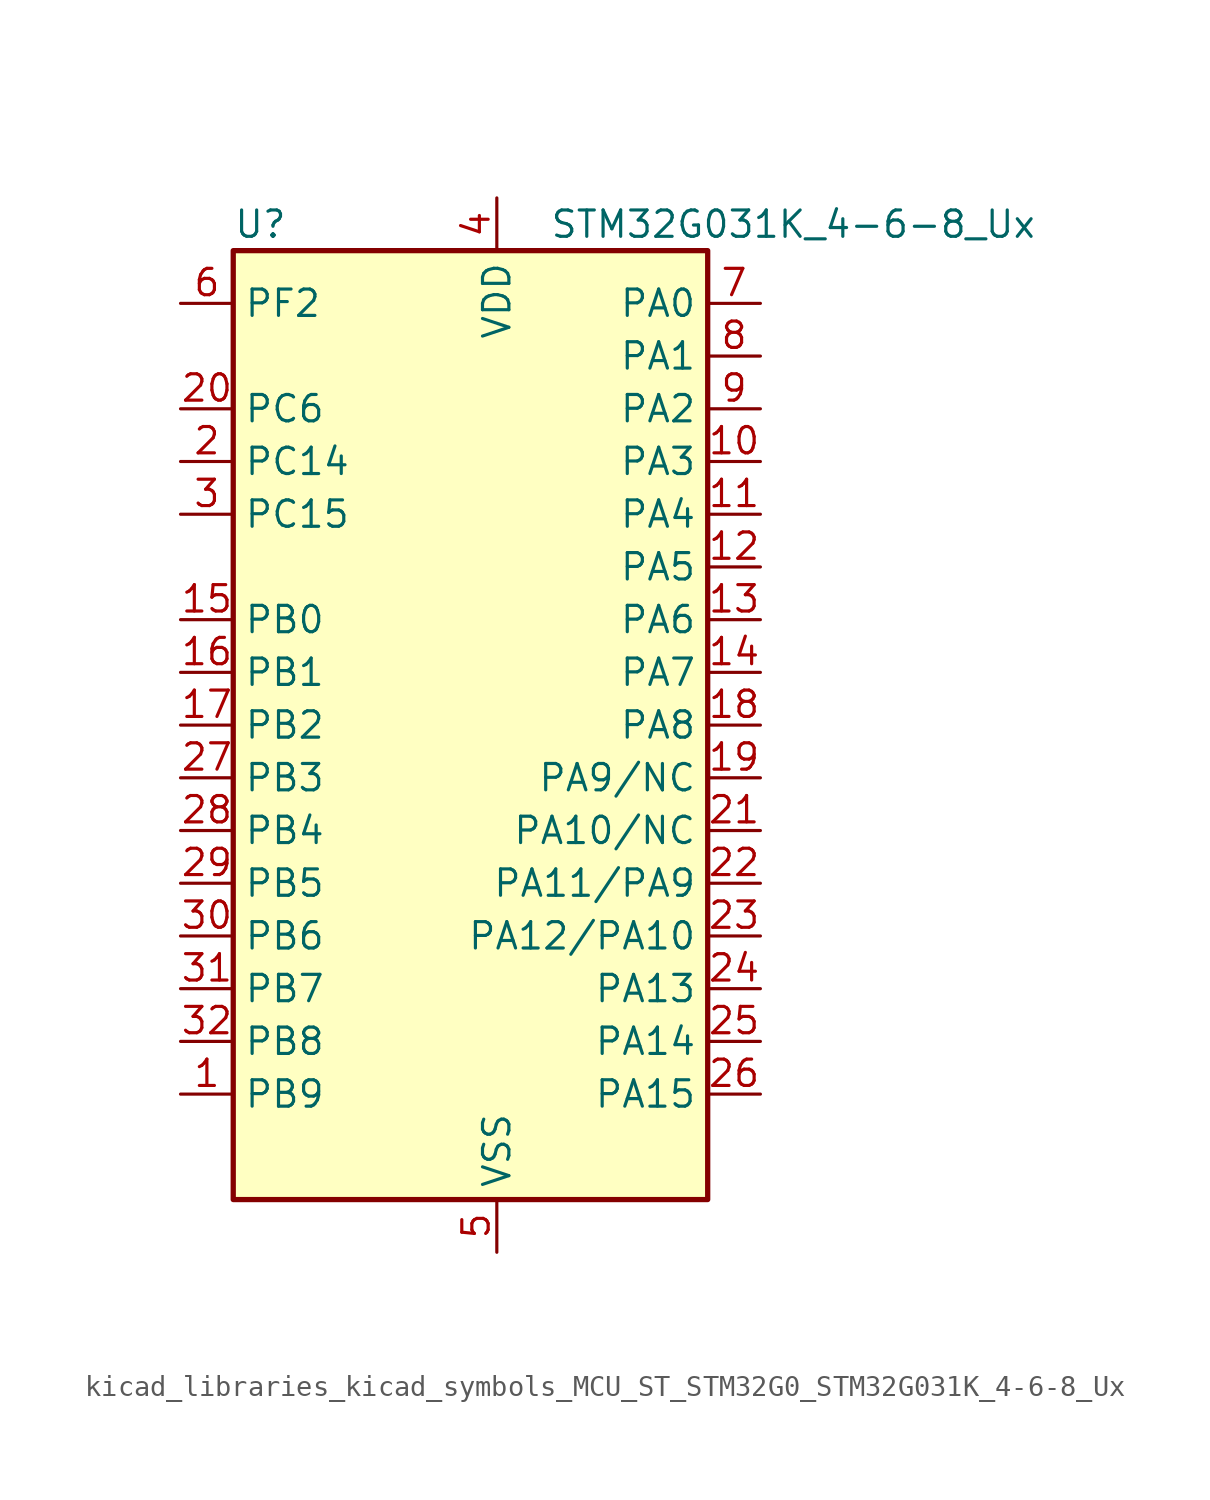
<source format=kicad_sym>
(kicad_symbol_lib
  (version 20220914)
  (generator kicad_symbol_editor)
  (symbol "kicad_libraries_kicad_symbols_MCU_ST_STM32G0_STM32G031K_4-6-8_Ux"
    (property "Reference" "U"
      (at -10.16 24.13 0)
      (effects (font (size 1.27 1.27)) (justify left)))
    (property "Value" "STM32G031K_4-6-8_Ux"
      (at 5.08 24.13 0)
      (effects (font (size 1.27 1.27)) (justify left)))
    (property "ki_locked" ""
      (at 0 0 0)
      (effects (font (size 1.27 1.27))))
    (symbol "kicad_libraries_kicad_symbols_MCU_ST_STM32G0_STM32G031K_4-6-8_Ux_0_1"
      (rectangle (start -10.16 -22.86) (end 12.7 22.86) (stroke (width 0.254) (type default)) (fill (type background))))
    (symbol "kicad_libraries_kicad_symbols_MCU_ST_STM32G0_STM32G031K_4-6-8_Ux_1_1"
      (pin bidirectional line (at -12.7 -17.78 0) (length 2.54) (name "PB9" (effects (font (size 1.27 1.27)))) (number "1" (effects (font (size 1.27 1.27)))) (alternate "I2C1_SDA" bidirectional line) (alternate "IR_OUT" bidirectional line) (alternate "SPI2_NSS" bidirectional line) (alternate "TIM17_CH1" bidirectional line))
      (pin bidirectional line (at 15.24 12.7 180) (length 2.54) (name "PA3" (effects (font (size 1.27 1.27)))) (number "10" (effects (font (size 1.27 1.27)))) (alternate "ADC1_IN3" bidirectional line) (alternate "LPUART1_RX" bidirectional line) (alternate "SPI2_MISO" bidirectional line) (alternate "TIM2_CH4" bidirectional line) (alternate "USART2_RX" bidirectional line))
      (pin bidirectional line (at 15.24 10.16 180) (length 2.54) (name "PA4" (effects (font (size 1.27 1.27)))) (number "11" (effects (font (size 1.27 1.27)))) (alternate "ADC1_IN4" bidirectional line) (alternate "I2S1_WS" bidirectional line) (alternate "LPTIM2_OUT" bidirectional line) (alternate "RTC_OUT_ALARM" bidirectional line) (alternate "RTC_OUT_CALIB" bidirectional line) (alternate "RTC_TAMP_IN1" bidirectional line) (alternate "RTC_TS" bidirectional line) (alternate "SPI1_NSS" bidirectional line) (alternate "SPI2_MOSI" bidirectional line) (alternate "SYS_WKUP2" bidirectional line) (alternate "TIM14_CH1" bidirectional line))
      (pin bidirectional line (at 15.24 7.62 180) (length 2.54) (name "PA5" (effects (font (size 1.27 1.27)))) (number "12" (effects (font (size 1.27 1.27)))) (alternate "ADC1_IN5" bidirectional line) (alternate "I2S1_CK" bidirectional line) (alternate "LPTIM2_ETR" bidirectional line) (alternate "SPI1_SCK" bidirectional line) (alternate "TIM2_CH1" bidirectional line) (alternate "TIM2_ETR" bidirectional line))
      (pin bidirectional line (at 15.24 5.08 180) (length 2.54) (name "PA6" (effects (font (size 1.27 1.27)))) (number "13" (effects (font (size 1.27 1.27)))) (alternate "ADC1_IN6" bidirectional line) (alternate "I2S1_MCK" bidirectional line) (alternate "LPUART1_CTS" bidirectional line) (alternate "SPI1_MISO" bidirectional line) (alternate "TIM16_CH1" bidirectional line) (alternate "TIM1_BK" bidirectional line) (alternate "TIM3_CH1" bidirectional line))
      (pin bidirectional line (at 15.24 2.54 180) (length 2.54) (name "PA7" (effects (font (size 1.27 1.27)))) (number "14" (effects (font (size 1.27 1.27)))) (alternate "ADC1_IN7" bidirectional line) (alternate "I2S1_SD" bidirectional line) (alternate "SPI1_MOSI" bidirectional line) (alternate "TIM14_CH1" bidirectional line) (alternate "TIM17_CH1" bidirectional line) (alternate "TIM1_CH1N" bidirectional line) (alternate "TIM3_CH2" bidirectional line))
      (pin bidirectional line (at -12.7 5.08 0) (length 2.54) (name "PB0" (effects (font (size 1.27 1.27)))) (number "15" (effects (font (size 1.27 1.27)))) (alternate "ADC1_IN8" bidirectional line) (alternate "I2S1_WS" bidirectional line) (alternate "LPTIM1_OUT" bidirectional line) (alternate "SPI1_NSS" bidirectional line) (alternate "TIM1_CH2N" bidirectional line) (alternate "TIM3_CH3" bidirectional line))
      (pin bidirectional line (at -12.7 2.54 0) (length 2.54) (name "PB1" (effects (font (size 1.27 1.27)))) (number "16" (effects (font (size 1.27 1.27)))) (alternate "ADC1_IN9" bidirectional line) (alternate "LPTIM2_IN1" bidirectional line) (alternate "LPUART1_DE" bidirectional line) (alternate "LPUART1_RTS" bidirectional line) (alternate "TIM14_CH1" bidirectional line) (alternate "TIM1_CH3N" bidirectional line) (alternate "TIM3_CH4" bidirectional line))
      (pin bidirectional line (at -12.7 0 0) (length 2.54) (name "PB2" (effects (font (size 1.27 1.27)))) (number "17" (effects (font (size 1.27 1.27)))) (alternate "ADC1_IN10" bidirectional line) (alternate "LPTIM1_OUT" bidirectional line) (alternate "SPI2_MISO" bidirectional line))
      (pin bidirectional line (at 15.24 0 180) (length 2.54) (name "PA8" (effects (font (size 1.27 1.27)))) (number "18" (effects (font (size 1.27 1.27)))) (alternate "LPTIM2_OUT" bidirectional line) (alternate "RCC_MCO" bidirectional line) (alternate "SPI2_NSS" bidirectional line) (alternate "TIM1_CH1" bidirectional line))
      (pin bidirectional line (at 15.24 -2.54 180) (length 2.54) (name "PA9/NC" (effects (font (size 1.27 1.27)))) (number "19" (effects (font (size 1.27 1.27)))) (alternate "I2C1_SCL" bidirectional line) (alternate "RCC_MCO" bidirectional line) (alternate "SPI2_MISO" bidirectional line) (alternate "TIM1_CH2" bidirectional line) (alternate "USART1_TX" bidirectional line))
      (pin bidirectional line (at -12.7 12.7 0) (length 2.54) (name "PC14" (effects (font (size 1.27 1.27)))) (number "2" (effects (font (size 1.27 1.27)))) (alternate "RCC_OSC32_IN" bidirectional line) (alternate "RCC_OSC_IN" bidirectional line) (alternate "TIM1_BK2" bidirectional line))
      (pin bidirectional line (at -12.7 15.24 0) (length 2.54) (name "PC6" (effects (font (size 1.27 1.27)))) (number "20" (effects (font (size 1.27 1.27)))) (alternate "TIM2_CH3" bidirectional line) (alternate "TIM3_CH1" bidirectional line))
      (pin bidirectional line (at 15.24 -5.08 180) (length 2.54) (name "PA10/NC" (effects (font (size 1.27 1.27)))) (number "21" (effects (font (size 1.27 1.27)))) (alternate "I2C1_SDA" bidirectional line) (alternate "SPI2_MOSI" bidirectional line) (alternate "TIM17_BK" bidirectional line) (alternate "TIM1_CH3" bidirectional line) (alternate "USART1_RX" bidirectional line))
      (pin bidirectional line (at 15.24 -7.62 180) (length 2.54) (name "PA11/PA9" (effects (font (size 1.27 1.27)))) (number "22" (effects (font (size 1.27 1.27)))) (alternate "ADC1_EXTI11" bidirectional line) (alternate "ADC1_IN15" bidirectional line) (alternate "I2C2_SCL" bidirectional line) (alternate "I2S1_MCK" bidirectional line) (alternate "SPI1_MISO" bidirectional line) (alternate "TIM1_BK2" bidirectional line) (alternate "TIM1_CH4" bidirectional line) (alternate "USART1_CTS" bidirectional line) (alternate "USART1_NSS" bidirectional line))
      (pin bidirectional line (at 15.24 -10.16 180) (length 2.54) (name "PA12/PA10" (effects (font (size 1.27 1.27)))) (number "23" (effects (font (size 1.27 1.27)))) (alternate "ADC1_IN16" bidirectional line) (alternate "I2C2_SDA" bidirectional line) (alternate "I2S1_SD" bidirectional line) (alternate "I2S_CKIN" bidirectional line) (alternate "SPI1_MOSI" bidirectional line) (alternate "TIM1_ETR" bidirectional line) (alternate "USART1_CK" bidirectional line) (alternate "USART1_DE" bidirectional line) (alternate "USART1_RTS" bidirectional line))
      (pin bidirectional line (at 15.24 -12.7 180) (length 2.54) (name "PA13" (effects (font (size 1.27 1.27)))) (number "24" (effects (font (size 1.27 1.27)))) (alternate "ADC1_IN17" bidirectional line) (alternate "IR_OUT" bidirectional line) (alternate "SYS_SWDIO" bidirectional line))
      (pin bidirectional line (at 15.24 -15.24 180) (length 2.54) (name "PA14" (effects (font (size 1.27 1.27)))) (number "25" (effects (font (size 1.27 1.27)))) (alternate "ADC1_IN18" bidirectional line) (alternate "SYS_SWCLK" bidirectional line) (alternate "USART2_TX" bidirectional line))
      (pin bidirectional line (at 15.24 -17.78 180) (length 2.54) (name "PA15" (effects (font (size 1.27 1.27)))) (number "26" (effects (font (size 1.27 1.27)))) (alternate "I2S1_WS" bidirectional line) (alternate "SPI1_NSS" bidirectional line) (alternate "TIM2_CH1" bidirectional line) (alternate "TIM2_ETR" bidirectional line) (alternate "USART2_RX" bidirectional line))
      (pin bidirectional line (at -12.7 -2.54 0) (length 2.54) (name "PB3" (effects (font (size 1.27 1.27)))) (number "27" (effects (font (size 1.27 1.27)))) (alternate "I2S1_CK" bidirectional line) (alternate "SPI1_SCK" bidirectional line) (alternate "TIM1_CH2" bidirectional line) (alternate "TIM2_CH2" bidirectional line) (alternate "USART1_CK" bidirectional line) (alternate "USART1_DE" bidirectional line) (alternate "USART1_RTS" bidirectional line))
      (pin bidirectional line (at -12.7 -5.08 0) (length 2.54) (name "PB4" (effects (font (size 1.27 1.27)))) (number "28" (effects (font (size 1.27 1.27)))) (alternate "I2S1_MCK" bidirectional line) (alternate "SPI1_MISO" bidirectional line) (alternate "TIM17_BK" bidirectional line) (alternate "TIM3_CH1" bidirectional line) (alternate "USART1_CTS" bidirectional line) (alternate "USART1_NSS" bidirectional line))
      (pin bidirectional line (at -12.7 -7.62 0) (length 2.54) (name "PB5" (effects (font (size 1.27 1.27)))) (number "29" (effects (font (size 1.27 1.27)))) (alternate "I2C1_SMBA" bidirectional line) (alternate "I2S1_SD" bidirectional line) (alternate "LPTIM1_IN1" bidirectional line) (alternate "SPI1_MOSI" bidirectional line) (alternate "SYS_WKUP6" bidirectional line) (alternate "TIM16_BK" bidirectional line) (alternate "TIM3_CH2" bidirectional line))
      (pin bidirectional line (at -12.7 10.16 0) (length 2.54) (name "PC15" (effects (font (size 1.27 1.27)))) (number "3" (effects (font (size 1.27 1.27)))) (alternate "RCC_OSC32_EN" bidirectional line) (alternate "RCC_OSC32_OUT" bidirectional line) (alternate "RCC_OSC_EN" bidirectional line))
      (pin bidirectional line (at -12.7 -10.16 0) (length 2.54) (name "PB6" (effects (font (size 1.27 1.27)))) (number "30" (effects (font (size 1.27 1.27)))) (alternate "I2C1_SCL" bidirectional line) (alternate "LPTIM1_ETR" bidirectional line) (alternate "SPI2_MISO" bidirectional line) (alternate "TIM16_CH1N" bidirectional line) (alternate "TIM1_CH3" bidirectional line) (alternate "USART1_TX" bidirectional line))
      (pin bidirectional line (at -12.7 -12.7 0) (length 2.54) (name "PB7" (effects (font (size 1.27 1.27)))) (number "31" (effects (font (size 1.27 1.27)))) (alternate "ADC1_IN11" bidirectional line) (alternate "I2C1_SDA" bidirectional line) (alternate "LPTIM1_IN2" bidirectional line) (alternate "SPI2_MOSI" bidirectional line) (alternate "SYS_PVD_IN" bidirectional line) (alternate "TIM17_CH1N" bidirectional line) (alternate "USART1_RX" bidirectional line))
      (pin bidirectional line (at -12.7 -15.24 0) (length 2.54) (name "PB8" (effects (font (size 1.27 1.27)))) (number "32" (effects (font (size 1.27 1.27)))) (alternate "I2C1_SCL" bidirectional line) (alternate "SPI2_SCK" bidirectional line) (alternate "TIM16_CH1" bidirectional line))
      (pin passive line (at 2.54 -25.4 90) (length 2.54) hide (name "VSS" (effects (font (size 1.27 1.27)))) (number "33" (effects (font (size 1.27 1.27)))))
      (pin power_in line (at 2.54 25.4 270) (length 2.54) (name "VDD" (effects (font (size 1.27 1.27)))) (number "4" (effects (font (size 1.27 1.27)))))
      (pin power_in line (at 2.54 -25.4 90) (length 2.54) (name "VSS" (effects (font (size 1.27 1.27)))) (number "5" (effects (font (size 1.27 1.27)))))
      (pin bidirectional line (at -12.7 20.32 0) (length 2.54) (name "PF2" (effects (font (size 1.27 1.27)))) (number "6" (effects (font (size 1.27 1.27)))) (alternate "RCC_MCO" bidirectional line))
      (pin bidirectional line (at 15.24 20.32 180) (length 2.54) (name "PA0" (effects (font (size 1.27 1.27)))) (number "7" (effects (font (size 1.27 1.27)))) (alternate "ADC1_IN0" bidirectional line) (alternate "LPTIM1_OUT" bidirectional line) (alternate "RTC_TAMP_IN2" bidirectional line) (alternate "SPI2_SCK" bidirectional line) (alternate "SYS_WKUP1" bidirectional line) (alternate "TIM2_CH1" bidirectional line) (alternate "TIM2_ETR" bidirectional line) (alternate "USART2_CTS" bidirectional line) (alternate "USART2_NSS" bidirectional line))
      (pin bidirectional line (at 15.24 17.78 180) (length 2.54) (name "PA1" (effects (font (size 1.27 1.27)))) (number "8" (effects (font (size 1.27 1.27)))) (alternate "ADC1_IN1" bidirectional line) (alternate "I2C1_SMBA" bidirectional line) (alternate "I2S1_CK" bidirectional line) (alternate "SPI1_SCK" bidirectional line) (alternate "TIM2_CH2" bidirectional line) (alternate "USART2_CK" bidirectional line) (alternate "USART2_DE" bidirectional line) (alternate "USART2_RTS" bidirectional line))
      (pin bidirectional line (at 15.24 15.24 180) (length 2.54) (name "PA2" (effects (font (size 1.27 1.27)))) (number "9" (effects (font (size 1.27 1.27)))) (alternate "ADC1_IN2" bidirectional line) (alternate "I2S1_SD" bidirectional line) (alternate "LPUART1_TX" bidirectional line) (alternate "RCC_LSCO" bidirectional line) (alternate "SPI1_MOSI" bidirectional line) (alternate "SYS_WKUP4" bidirectional line) (alternate "TIM2_CH3" bidirectional line) (alternate "USART2_TX" bidirectional line)))))
</source>
